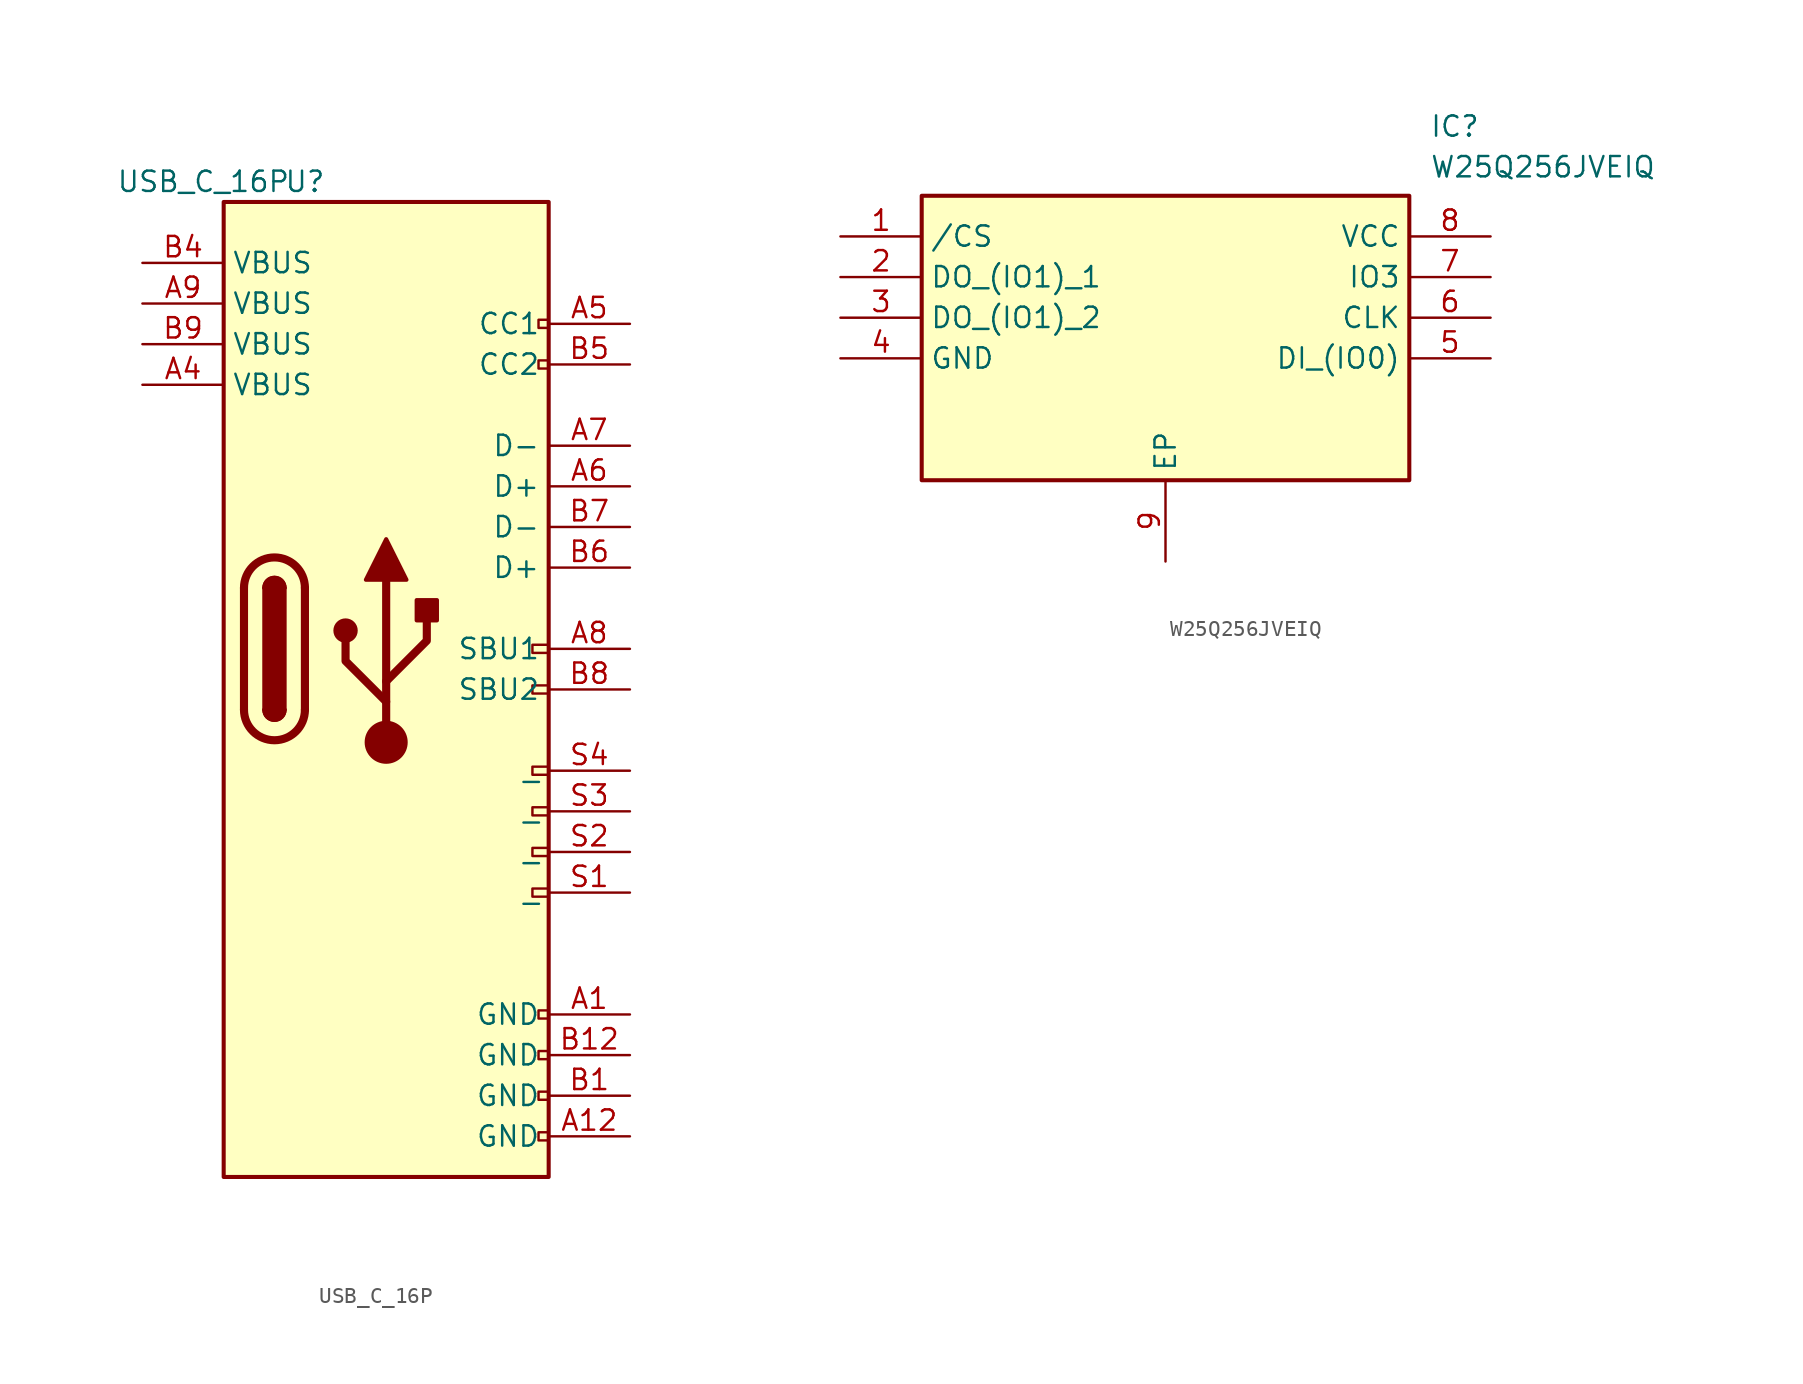
<source format=kicad_sym>
(kicad_symbol_lib
  (version 20220914)
  (generator kicad_symbol_editor)
  (symbol "USB_C_16P"
    (property "Reference" "U"
      (at -1.27 40.64 0)
      (effects (font (size 1.27 1.27))))
    (property "Value" "USB_C_16P"
      (at -7.62 40.64 0)
      (effects (font (size 1.27 1.27))))
    (symbol "USB_C_16P_0_0"
      (rectangle (start 13.335 -18.796) (end 13.97 -19.304) (stroke (width 0) (type default)) (fill (type none)))
      (rectangle (start 13.335 -16.256) (end 13.97 -16.764) (stroke (width 0) (type default)) (fill (type none)))
      (rectangle (start 13.335 -13.716) (end 13.97 -14.224) (stroke (width 0) (type default)) (fill (type none)))
      (rectangle (start 13.335 -11.176) (end 13.97 -11.684) (stroke (width 0) (type default)) (fill (type none)))
      (rectangle (start 13.335 29.464) (end 13.97 28.956) (stroke (width 0) (type default)) (fill (type none)))
      (rectangle (start 13.335 32.004) (end 13.97 31.496) (stroke (width 0) (type default)) (fill (type none)))
      (rectangle (start 13.97 -3.556) (end 12.954 -4.064) (stroke (width 0) (type default)) (fill (type none)))
      (rectangle (start 13.97 -1.016) (end 12.954 -1.524) (stroke (width 0) (type default)) (fill (type none)))
      (rectangle (start 13.97 1.524) (end 12.954 1.016) (stroke (width 0) (type default)) (fill (type none)))
      (rectangle (start 13.97 4.064) (end 12.954 3.556) (stroke (width 0) (type default)) (fill (type none)))
      (rectangle (start 13.97 9.144) (end 12.954 8.636) (stroke (width 0) (type default)) (fill (type none)))
      (rectangle (start 13.97 11.684) (end 12.954 11.176) (stroke (width 0) (type default)) (fill (type none))))
    (symbol "USB_C_16P_0_1"
      (rectangle (start -6.35 39.37) (end 13.97 -21.59) (stroke (width 0.254) (type default)) (fill (type background)))
      (arc (start -5.08 7.62) (mid -3.175 5.7233) (end -1.27 7.62) (stroke (width 0.508) (type default)) (fill (type none)))
      (arc (start -3.81 7.62) (mid -3.175 6.9877) (end -2.54 7.62) (stroke (width 0.254) (type default)) (fill (type none)))
      (arc (start -3.81 7.62) (mid -3.175 6.9877) (end -2.54 7.62) (stroke (width 0.254) (type default)) (fill (type outline)))
      (rectangle (start -3.81 7.62) (end -2.54 15.24) (stroke (width 0.254) (type default)) (fill (type outline)))
      (arc (start -2.54 15.24) (mid -3.175 15.8723) (end -3.81 15.24) (stroke (width 0.254) (type default)) (fill (type none)))
      (arc (start -2.54 15.24) (mid -3.175 15.8723) (end -3.81 15.24) (stroke (width 0.254) (type default)) (fill (type outline)))
      (arc (start -1.27 15.24) (mid -3.175 17.1367) (end -5.08 15.24) (stroke (width 0.508) (type default)) (fill (type none)))
      (polyline (pts (xy -5.08 7.62) (xy -5.08 15.24)) (stroke (width 0.508) (type default)) (fill (type none)))
      (polyline (pts (xy -1.27 15.24) (xy -1.27 7.62)) (stroke (width 0.508) (type default)) (fill (type none))))
    (symbol "USB_C_16P_1_1"
      (polyline (pts (xy 3.81 5.588) (xy 3.81 15.748)) (stroke (width 0.508) (type default)) (fill (type none)))
      (polyline (pts (xy 3.81 8.128) (xy 1.27 10.668) (xy 1.27 11.938)) (stroke (width 0.508) (type default)) (fill (type none)))
      (polyline (pts (xy 3.81 9.398) (xy 6.35 11.938) (xy 6.35 13.208)) (stroke (width 0.508) (type default)) (fill (type none)))
      (polyline (pts (xy 2.54 15.748) (xy 3.81 18.288) (xy 5.08 15.748) (xy 2.54 15.748)) (stroke (width 0.254) (type default)) (fill (type outline)))
      (circle (center 1.27 12.573) (radius 0.635) (stroke (width 0.254) (type default)) (fill (type outline)))
      (circle (center 3.81 5.588) (radius 1.27) (stroke (width 0) (type default)) (fill (type outline)))
      (rectangle (start 5.715 13.208) (end 6.985 14.478) (stroke (width 0.254) (type default)) (fill (type outline)))
      (pin passive line (at 19.05 -11.43 180) (length 5.08) (name "GND" (effects (font (size 1.27 1.27)))) (number "A1" (effects (font (size 1.27 1.27)))))
      (pin passive line (at 19.05 -19.05 180) (length 5.08) (name "GND" (effects (font (size 1.27 1.27)))) (number "A12" (effects (font (size 1.27 1.27)))))
      (pin passive line (at -11.43 27.94 0) (length 5.08) (name "VBUS" (effects (font (size 1.27 1.27)))) (number "A4" (effects (font (size 1.27 1.27)))))
      (pin bidirectional line (at 19.05 31.75 180) (length 5.08) (name "CC1" (effects (font (size 1.27 1.27)))) (number "A5" (effects (font (size 1.27 1.27)))))
      (pin bidirectional line (at 19.05 21.59 180) (length 5.08) (name "D+" (effects (font (size 1.27 1.27)))) (number "A6" (effects (font (size 1.27 1.27)))))
      (pin bidirectional line (at 19.05 24.13 180) (length 5.08) (name "D-" (effects (font (size 1.27 1.27)))) (number "A7" (effects (font (size 1.27 1.27)))))
      (pin bidirectional line (at 19.05 11.43 180) (length 5.08) (name "SBU1" (effects (font (size 1.27 1.27)))) (number "A8" (effects (font (size 1.27 1.27)))))
      (pin passive line (at -11.43 33.02 0) (length 5.08) (name "VBUS" (effects (font (size 1.27 1.27)))) (number "A9" (effects (font (size 1.27 1.27)))))
      (pin passive line (at 19.05 -16.51 180) (length 5.08) (name "GND" (effects (font (size 1.27 1.27)))) (number "B1" (effects (font (size 1.27 1.27)))))
      (pin passive line (at 19.05 -13.97 180) (length 5.08) (name "GND" (effects (font (size 1.27 1.27)))) (number "B12" (effects (font (size 1.27 1.27)))))
      (pin passive line (at -11.43 35.56 0) (length 5.08) (name "VBUS" (effects (font (size 1.27 1.27)))) (number "B4" (effects (font (size 1.27 1.27)))))
      (pin bidirectional line (at 19.05 29.21 180) (length 5.08) (name "CC2" (effects (font (size 1.27 1.27)))) (number "B5" (effects (font (size 1.27 1.27)))))
      (pin bidirectional line (at 19.05 16.51 180) (length 5.08) (name "D+" (effects (font (size 1.27 1.27)))) (number "B6" (effects (font (size 1.27 1.27)))))
      (pin bidirectional line (at 19.05 19.05 180) (length 5.08) (name "D-" (effects (font (size 1.27 1.27)))) (number "B7" (effects (font (size 1.27 1.27)))))
      (pin bidirectional line (at 19.05 8.89 180) (length 5.08) (name "SBU2" (effects (font (size 1.27 1.27)))) (number "B8" (effects (font (size 1.27 1.27)))))
      (pin passive line (at -11.43 30.48 0) (length 5.08) (name "VBUS" (effects (font (size 1.27 1.27)))) (number "B9" (effects (font (size 1.27 1.27)))))
      (pin passive line (at 19.05 -3.81 180) (length 5.08) (name "_" (effects (font (size 1.27 1.27)))) (number "S1" (effects (font (size 1.27 1.27)))))
      (pin passive line (at 19.05 -1.27 180) (length 5.08) (name "_" (effects (font (size 1.27 1.27)))) (number "S2" (effects (font (size 1.27 1.27)))))
      (pin passive line (at 19.05 1.27 180) (length 5.08) (name "_" (effects (font (size 1.27 1.27)))) (number "S3" (effects (font (size 1.27 1.27)))))
      (pin passive line (at 19.05 3.81 180) (length 5.08) (name "_" (effects (font (size 1.27 1.27)))) (number "S4" (effects (font (size 1.27 1.27)))))))
  (symbol "W25Q256JVEIQ"
    (property "Reference" "IC"
      (at 16.51 13.335 0)
      (effects (font (size 1.27 1.27)) (justify left top)))
    (property "Value" "W25Q256JVEIQ"
      (at 16.51 10.795 0)
      (effects (font (size 1.27 1.27)) (justify left top)))
    (symbol "W25Q256JVEIQ_1_1"
      (rectangle (start -15.24 8.255) (end 15.24 -9.525) (stroke (width 0.254) (type default)) (fill (type background)))
      (pin passive line (at -20.32 5.715 0) (length 5.08) (name "/CS" (effects (font (size 1.27 1.27)))) (number "1" (effects (font (size 1.27 1.27)))))
      (pin passive line (at -20.32 3.175 0) (length 5.08) (name "DO_(IO1)_1" (effects (font (size 1.27 1.27)))) (number "2" (effects (font (size 1.27 1.27)))))
      (pin passive line (at -20.32 0.635 0) (length 5.08) (name "DO_(IO1)_2" (effects (font (size 1.27 1.27)))) (number "3" (effects (font (size 1.27 1.27)))))
      (pin passive line (at -20.32 -1.905 0) (length 5.08) (name "GND" (effects (font (size 1.27 1.27)))) (number "4" (effects (font (size 1.27 1.27)))))
      (pin passive line (at 20.32 -1.905 180) (length 5.08) (name "DI_(IO0)" (effects (font (size 1.27 1.27)))) (number "5" (effects (font (size 1.27 1.27)))))
      (pin passive line (at 20.32 0.635 180) (length 5.08) (name "CLK" (effects (font (size 1.27 1.27)))) (number "6" (effects (font (size 1.27 1.27)))))
      (pin passive line (at 20.32 3.175 180) (length 5.08) (name "IO3" (effects (font (size 1.27 1.27)))) (number "7" (effects (font (size 1.27 1.27)))))
      (pin passive line (at 20.32 5.715 180) (length 5.08) (name "VCC" (effects (font (size 1.27 1.27)))) (number "8" (effects (font (size 1.27 1.27)))))
      (pin passive line (at 0 -14.605 90) (length 5.08) (name "EP" (effects (font (size 1.27 1.27)))) (number "9" (effects (font (size 1.27 1.27))))))))
</source>
